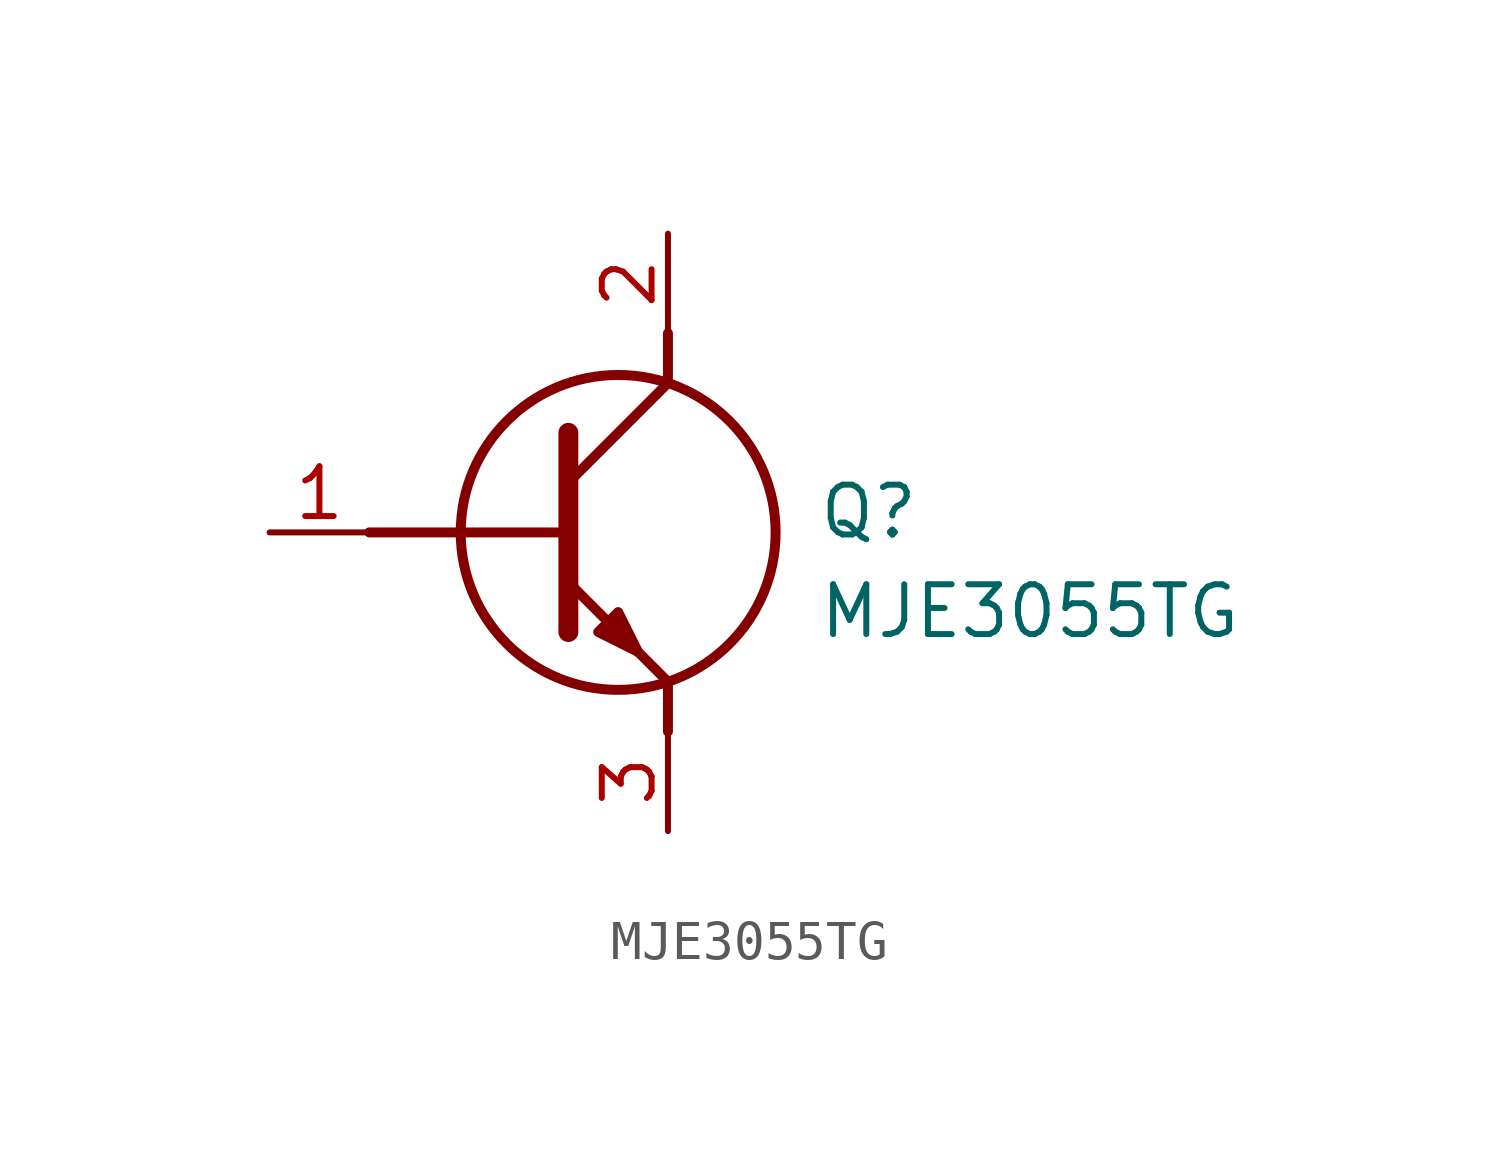
<source format=kicad_sym>
(kicad_symbol_lib
  (version 20211014)
  (generator SamacSys_ECAD_Model)
  (symbol "MJE3055TG"
    (pin_names hide)
    (property "Reference" "Q"
      (at 13.97 1.27 0)
      (effects (font (size 1.27 1.27)) (justify left top)))
    (property "Value" "MJE3055TG"
      (at 13.97 -1.27 0)
      (effects (font (size 1.27 1.27)) (justify left top)))
    (polyline
      (pts (xy 7.62 2.54) (xy 7.62 -2.54))
      (stroke (width 0.508) (type default))
      (fill (type none)))
    (polyline
      (pts (xy 7.62 1.27) (xy 10.16 3.81))
      (stroke (width 0.254) (type default))
      (fill (type none)))
    (polyline
      (pts (xy 7.62 -1.27) (xy 10.16 -3.81))
      (stroke (width 0.254) (type default))
      (fill (type none)))
    (polyline
      (pts (xy 10.16 -3.81) (xy 10.16 -5.08))
      (stroke (width 0.254) (type default))
      (fill (type none)))
    (polyline
      (pts (xy 10.16 3.81) (xy 10.16 5.08))
      (stroke (width 0.254) (type default))
      (fill (type none)))
    (polyline
      (pts (xy 2.54 0) (xy 7.62 0))
      (stroke (width 0.254) (type default))
      (fill (type none)))
    (circle
      (center 8.89 0)
      (radius 4.016)
      (stroke (width 0.254) (type default))
      (fill (type none)))
    (polyline
      (pts (xy 8.382 -2.54) (xy 8.89 -2.032) (xy 9.398 -3.048) (xy 8.382 -2.54))
      (stroke (width 0.254) (type default))
      (fill (type outline)))
    (pin passive line
      (at 0 0 0)
      (length 2.54)
      (name "B" (effects (font (size 1.27 1.27))))
      (number "1" (effects (font (size 1.27 1.27)))))
    (pin passive line
      (at 10.16 -7.62 90)
      (length 2.54)
      (name "E" (effects (font (size 1.27 1.27))))
      (number "3" (effects (font (size 1.27 1.27)))))
    (pin passive line
      (at 10.16 7.62 270)
      (length 2.54)
      (name "C" (effects (font (size 1.27 1.27))))
      (number "2" (effects (font (size 1.27 1.27)))))))
</source>
